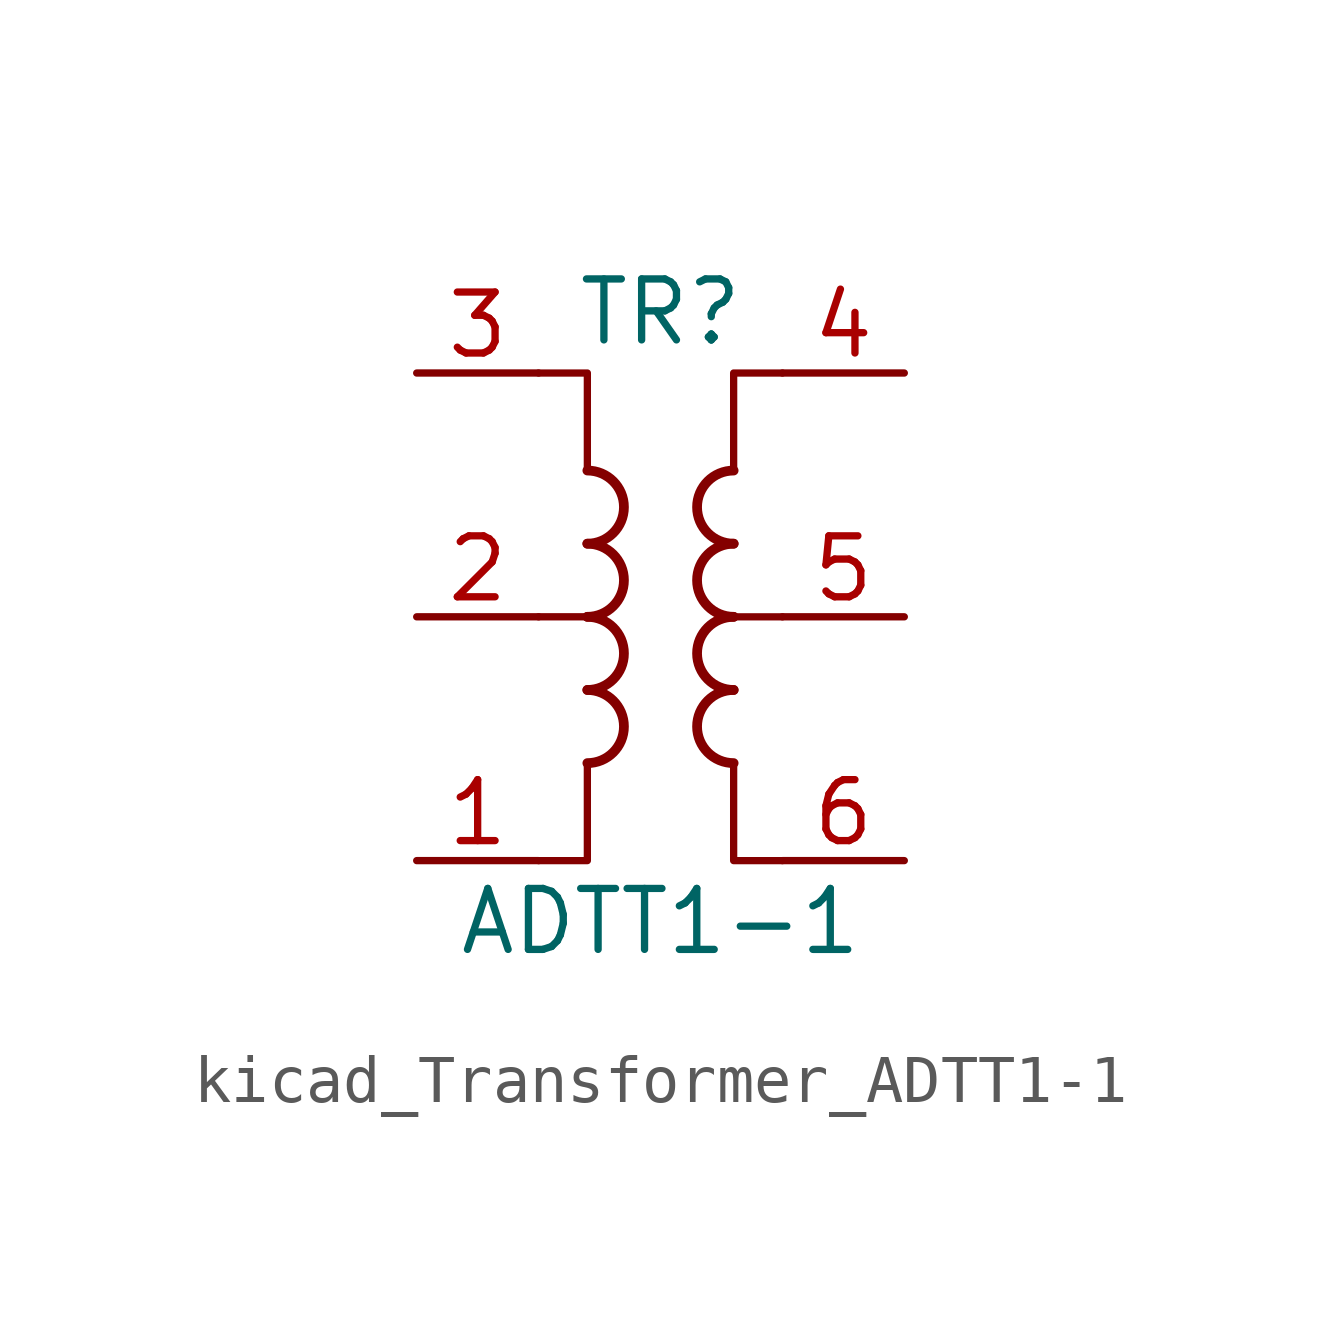
<source format=kicad_sym>
(kicad_symbol_lib
  (version 20220914)
  (generator kicad_symbol_editor)
  (symbol "kicad_Transformer_ADTT1-1"
    (pin_names hide)
    (property "Reference" "TR"
      (at 0 6.35 0)
      (effects (font (size 1.27 1.27))))
    (property "Value" "ADTT1-1"
      (at 0 -6.35 0)
      (effects (font (size 1.27 1.27))))
    (symbol "kicad_Transformer_ADTT1-1_0_1"
      (arc (start -1.524 -3.048) (mid -0.7653 -2.286) (end -1.524 -1.524) (stroke (width 0.2032) (type default)) (fill (type none)))
      (arc (start -1.524 -1.524) (mid -0.7653 -0.762) (end -1.524 0) (stroke (width 0.2032) (type default)) (fill (type none)))
      (arc (start -1.524 0) (mid -0.7653 0.762) (end -1.524 1.524) (stroke (width 0.2032) (type default)) (fill (type none)))
      (arc (start -1.524 1.524) (mid -0.7653 2.286) (end -1.524 3.048) (stroke (width 0.2032) (type default)) (fill (type none)))
      (polyline (pts (xy -2.54 0) (xy -1.27 0)) (stroke (width 0) (type default)) (fill (type none)))
      (polyline (pts (xy 2.54 0) (xy 1.27 0)) (stroke (width 0.152) (type default)) (fill (type none)))
      (polyline (pts (xy -2.54 5.08) (xy -1.524 5.08) (xy -1.524 3.048)) (stroke (width 0.152) (type default)) (fill (type none)))
      (polyline (pts (xy -1.524 -3.048) (xy -1.524 -5.08) (xy -2.54 -5.08)) (stroke (width 0.152) (type default)) (fill (type none)))
      (polyline (pts (xy 1.524 3.048) (xy 1.524 5.08) (xy 2.54 5.08)) (stroke (width 0.152) (type default)) (fill (type none)))
      (polyline (pts (xy 2.54 -5.08) (xy 1.524 -5.08) (xy 1.524 -3.048)) (stroke (width 0.152) (type default)) (fill (type none)))
      (arc (start 1.524 -1.524) (mid 0.7653 -2.286) (end 1.524 -3.048) (stroke (width 0.2032) (type default)) (fill (type none)))
      (arc (start 1.524 0) (mid 0.7653 -0.762) (end 1.524 -1.524) (stroke (width 0.2032) (type default)) (fill (type none)))
      (arc (start 1.524 1.524) (mid 0.7653 0.762) (end 1.524 0) (stroke (width 0.2032) (type default)) (fill (type none)))
      (arc (start 1.524 3.048) (mid 0.7653 2.286) (end 1.524 1.524) (stroke (width 0.2032) (type default)) (fill (type none))))
    (symbol "kicad_Transformer_ADTT1-1_1_1"
      (pin passive line (at -5.08 -5.08 0) (length 2.54) (name "~" (effects (font (size 1.27 1.27)))) (number "1" (effects (font (size 1.27 1.27)))))
      (pin passive line (at -5.08 0 0) (length 2.54) (name "~" (effects (font (size 1.27 1.27)))) (number "2" (effects (font (size 1.27 1.27)))))
      (pin passive line (at -5.08 5.08 0) (length 2.54) (name "~" (effects (font (size 1.27 1.27)))) (number "3" (effects (font (size 1.27 1.27)))))
      (pin passive line (at 5.08 5.08 180) (length 2.54) (name "~" (effects (font (size 1.27 1.27)))) (number "4" (effects (font (size 1.27 1.27)))))
      (pin passive line (at 5.08 0 180) (length 2.54) (name "~" (effects (font (size 1.27 1.27)))) (number "5" (effects (font (size 1.27 1.27)))))
      (pin passive line (at 5.08 -5.08 180) (length 2.54) (name "~" (effects (font (size 1.27 1.27)))) (number "6" (effects (font (size 1.27 1.27))))))))
</source>
